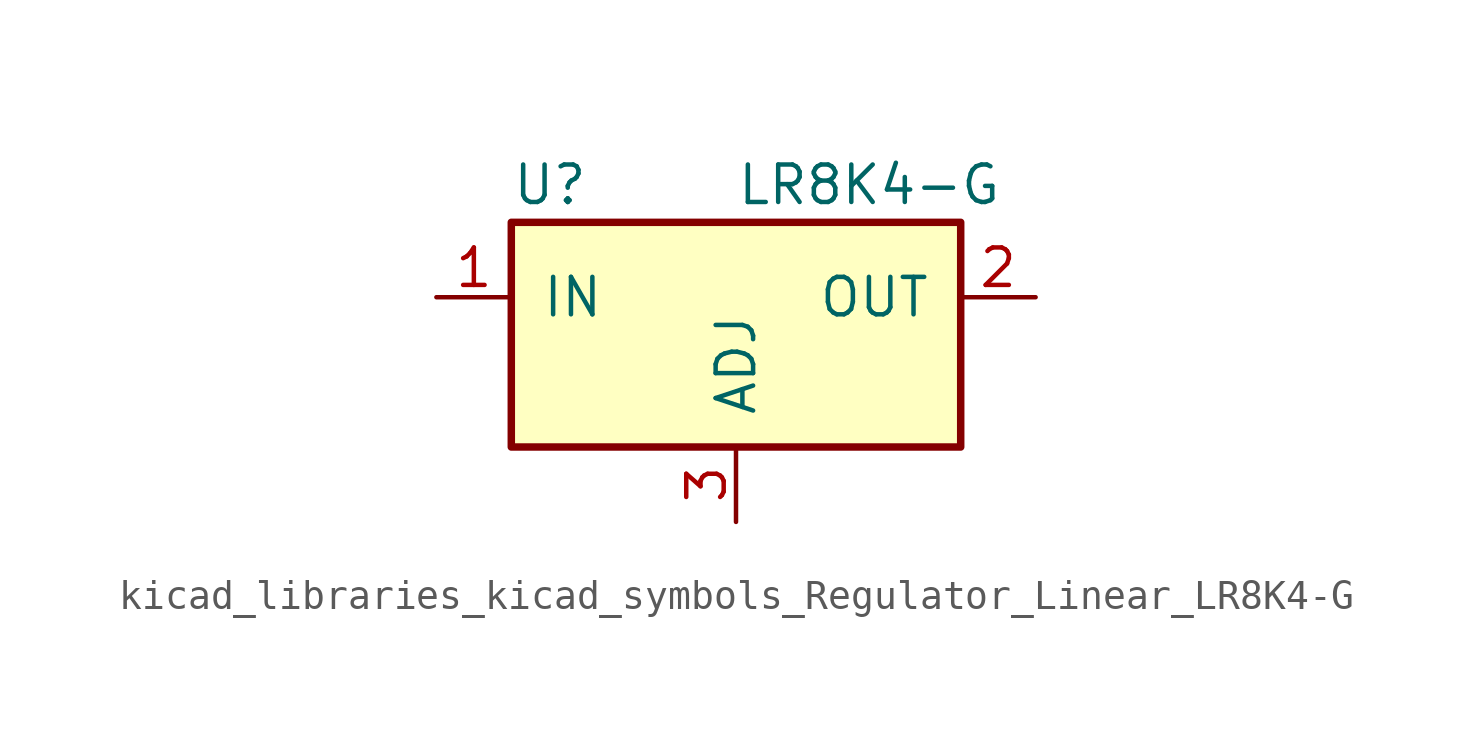
<source format=kicad_sym>
(kicad_symbol_lib
  (version 20220914)
  (generator kicad_symbol_editor)
  (symbol "kicad_libraries_kicad_symbols_Regulator_Linear_LR8K4-G"
    (pin_names
      (offset 1.016))
    (property "Reference" "U"
      (at -7.62 3.81 0)
      (effects (font (size 1.27 1.27)) (justify left)))
    (property "Value" "LR8K4-G"
      (at 0 3.81 0)
      (effects (font (size 1.27 1.27)) (justify left)))
    (symbol "kicad_libraries_kicad_symbols_Regulator_Linear_LR8K4-G_0_1"
      (rectangle (start -7.62 2.54) (end 7.62 -5.08) (stroke (width 0.254) (type default)) (fill (type background))))
    (symbol "kicad_libraries_kicad_symbols_Regulator_Linear_LR8K4-G_1_1"
      (pin input line (at -10.16 0 0) (length 2.54) (name "IN" (effects (font (size 1.27 1.27)))) (number "1" (effects (font (size 1.27 1.27)))))
      (pin power_out line (at 10.16 0 180) (length 2.54) (name "OUT" (effects (font (size 1.27 1.27)))) (number "2" (effects (font (size 1.27 1.27)))))
      (pin input line (at 0 -7.62 90) (length 2.54) (name "ADJ" (effects (font (size 1.27 1.27)))) (number "3" (effects (font (size 1.27 1.27))))))))
</source>
